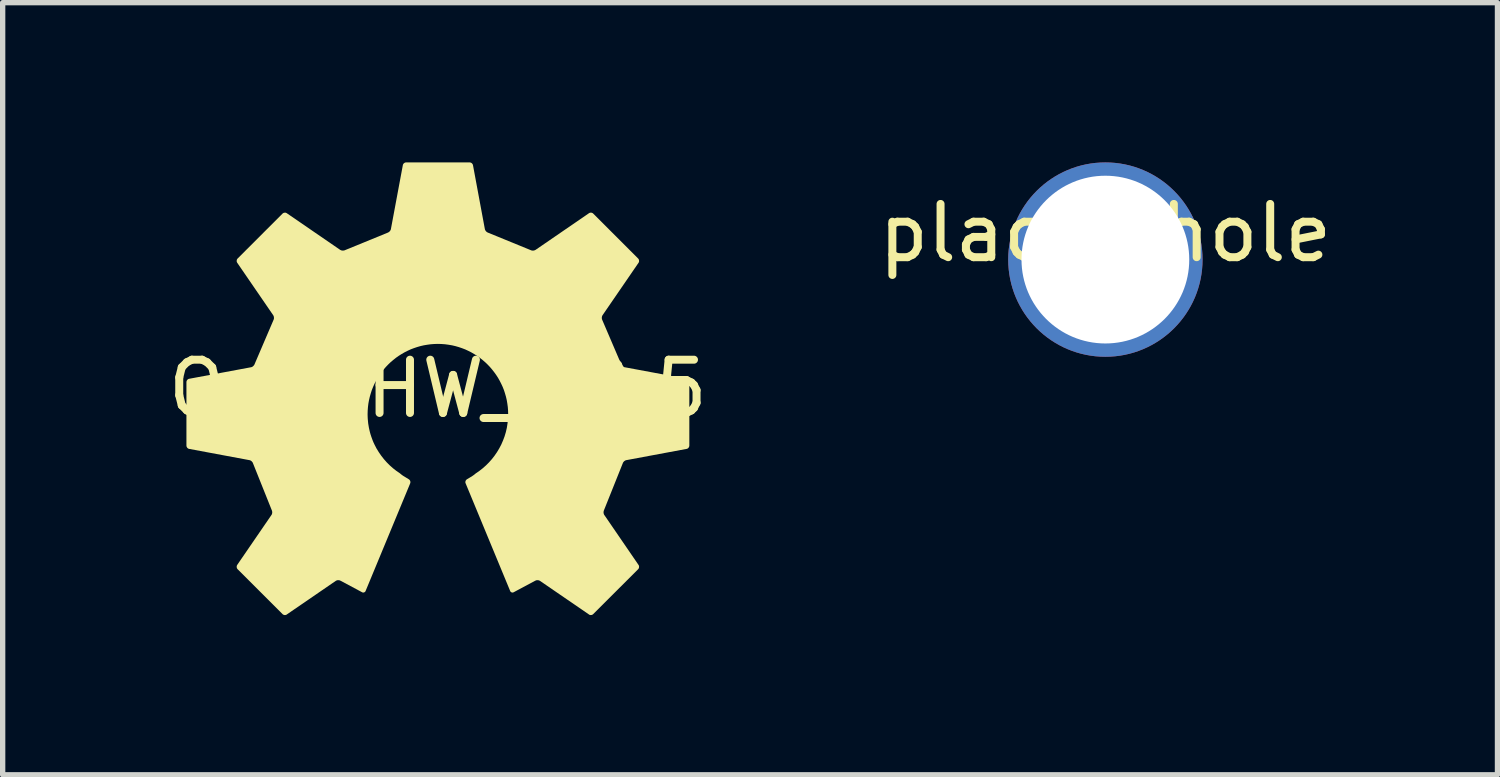
<source format=kicad_pcb>
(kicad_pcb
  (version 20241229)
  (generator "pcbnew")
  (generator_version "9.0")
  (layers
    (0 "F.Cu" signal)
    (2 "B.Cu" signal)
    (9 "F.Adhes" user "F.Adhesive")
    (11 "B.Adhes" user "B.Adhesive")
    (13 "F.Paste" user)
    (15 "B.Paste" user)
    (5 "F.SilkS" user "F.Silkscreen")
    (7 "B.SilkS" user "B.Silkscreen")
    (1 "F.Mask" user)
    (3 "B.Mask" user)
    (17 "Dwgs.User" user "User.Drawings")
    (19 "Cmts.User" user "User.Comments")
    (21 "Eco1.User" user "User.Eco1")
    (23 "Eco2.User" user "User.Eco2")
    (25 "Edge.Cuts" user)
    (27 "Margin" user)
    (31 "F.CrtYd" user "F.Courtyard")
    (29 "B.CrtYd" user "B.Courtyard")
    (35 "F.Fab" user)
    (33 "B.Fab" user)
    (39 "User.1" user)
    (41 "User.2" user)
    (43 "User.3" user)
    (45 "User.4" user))
  (footprint "place-hole"
    (layer "F.Cu")
    (at 17.708 1.825)
    (property "Reference" "place-hole" (at 0 -0.5 0) (unlocked yes) (layer "F.SilkS") (effects (font (size 1 1) (thickness 0.15))))
    (attr smd)
    (pad "" thru_hole circle (at 0 0) (size 3.65 3.65) (drill 3.15) (layers "*.Cu" "*.Mask")))
  (footprint "OpenHW_H8.5"
    (layer "F.Cu")
    (at 5.173 4.25)
    (property "Reference" "OpenHW_H8.5" (at 0 0 0) (unlocked yes) (layer "F.SilkS") (effects (font (size 1 1) (thickness 0.15))))
    (attr smd)
    (fp_poly (pts (xy 0.599 -4.25) (xy 0.602 -4.25) (xy 0.605 -4.249) (xy 0.607 -4.249) (xy 0.61 -4.248) (xy 0.613 -4.248) (xy 0.615 -4.247) (xy 0.618 -4.246) (xy 0.62 -4.245) (xy 0.623 -4.244) (xy 0.625 -4.243) (xy 0.628 -4.241) (xy 0.63 -4.24) (xy 0.632 -4.238) (xy 0.634 -4.237) (xy 0.636 -4.235) (xy 0.639 -4.233) (xy 0.641 -4.231) (xy 0.642 -4.229) (xy 0.644 -4.227) (xy 0.646 -4.225) (xy 0.648 -4.223) (xy 0.649 -4.221) (xy 0.651 -4.219) (xy 0.652 -4.216) (xy 0.653 -4.214) (xy 0.655 -4.211) (xy 0.656 -4.209) (xy 0.657 -4.206) (xy 0.657 -4.204) (xy 0.658 -4.201) (xy 0.659 -4.199) (xy 0.882 -2.999) (xy 0.882 -2.997) (xy 0.883 -2.994) (xy 0.885 -2.989) (xy 0.887 -2.983) (xy 0.889 -2.978) (xy 0.892 -2.973) (xy 0.896 -2.968) (xy 0.899 -2.963) (xy 0.903 -2.958) (xy 0.907 -2.954) (xy 0.912 -2.949) (xy 0.916 -2.945) (xy 0.921 -2.942) (xy 0.926 -2.939) (xy 0.931 -2.936) (xy 0.933 -2.935) (xy 0.936 -2.933) (xy 0.939 -2.932) (xy 0.941 -2.931) (xy 1.745 -2.602) (xy 1.75 -2.6) (xy 1.755 -2.598) (xy 1.761 -2.597) (xy 1.766 -2.595) (xy 1.772 -2.595) (xy 1.778 -2.594) (xy 1.785 -2.594) (xy 1.791 -2.594) (xy 1.797 -2.595) (xy 1.803 -2.596) (xy 1.809 -2.597) (xy 1.814 -2.599) (xy 1.82 -2.601) (xy 1.825 -2.603) (xy 1.83 -2.606) (xy 1.835 -2.608) (xy 2.837 -3.296) (xy 2.839 -3.297) (xy 2.841 -3.299) (xy 2.844 -3.3) (xy 2.846 -3.301) (xy 2.849 -3.302) (xy 2.851 -3.303) (xy 2.854 -3.304) (xy 2.856 -3.305) (xy 2.859 -3.305) (xy 2.862 -3.306) (xy 2.867 -3.306) (xy 2.873 -3.307) (xy 2.878 -3.306) (xy 2.883 -3.306) (xy 2.889 -3.305) (xy 2.894 -3.303) (xy 2.897 -3.302) (xy 2.899 -3.301) (xy 2.902 -3.3) (xy 2.904 -3.299) (xy 2.906 -3.297) (xy 2.909 -3.296) (xy 2.911 -3.294) (xy 2.913 -3.293) (xy 2.915 -3.291) (xy 2.917 -3.289) (xy 3.761 -2.445) (xy 3.763 -2.443) (xy 3.764 -2.441) (xy 3.766 -2.439) (xy 3.767 -2.437) (xy 3.769 -2.435) (xy 3.77 -2.432) (xy 3.773 -2.427) (xy 3.775 -2.422) (xy 3.776 -2.417) (xy 3.777 -2.412) (xy 3.778 -2.406) (xy 3.778 -2.401) (xy 3.778 -2.395) (xy 3.778 -2.39) (xy 3.777 -2.385) (xy 3.775 -2.38) (xy 3.774 -2.377) (xy 3.773 -2.374) (xy 3.772 -2.372) (xy 3.771 -2.37) (xy 3.77 -2.367) (xy 3.768 -2.365) (xy 3.092 -1.38) (xy 3.09 -1.376) (xy 3.087 -1.371) (xy 3.085 -1.365) (xy 3.083 -1.36) (xy 3.081 -1.354) (xy 3.08 -1.348) (xy 3.079 -1.342) (xy 3.079 -1.336) (xy 3.078 -1.33) (xy 3.079 -1.324) (xy 3.079 -1.318) (xy 3.08 -1.312) (xy 3.081 -1.306) (xy 3.083 -1.301) (xy 3.085 -1.296) (xy 3.087 -1.291) (xy 3.442 -0.462) (xy 3.444 -0.456) (xy 3.447 -0.451) (xy 3.45 -0.446) (xy 3.453 -0.442) (xy 3.457 -0.437) (xy 3.461 -0.432) (xy 3.465 -0.428) (xy 3.47 -0.424) (xy 3.474 -0.42) (xy 3.479 -0.416) (xy 3.484 -0.413) (xy 3.49 -0.41) (xy 3.495 -0.408) (xy 3.5 -0.405) (xy 3.506 -0.404) (xy 3.508 -0.403) (xy 3.511 -0.403) (xy 4.67 -0.187) (xy 4.67 -0.187) (xy 4.673 -0.186) (xy 4.676 -0.186) (xy 4.678 -0.185) (xy 4.681 -0.184) (xy 4.683 -0.183) (xy 4.686 -0.182) (xy 4.688 -0.18) (xy 4.69 -0.179) (xy 4.695 -0.176) (xy 4.699 -0.173) (xy 4.703 -0.169) (xy 4.707 -0.165) (xy 4.71 -0.16) (xy 4.713 -0.156) (xy 4.716 -0.151) (xy 4.717 -0.149) (xy 4.718 -0.146) (xy 4.719 -0.144) (xy 4.719 -0.141) (xy 4.72 -0.138) (xy 4.721 -0.136) (xy 4.721 -0.133) (xy 4.721 -0.13) (xy 4.722 -0.128) (xy 4.722 -0.125) (xy 4.722 1.068) (xy 4.722 1.071) (xy 4.721 1.074) (xy 4.721 1.076) (xy 4.721 1.079) (xy 4.72 1.082) (xy 4.719 1.084) (xy 4.718 1.087) (xy 4.718 1.089) (xy 4.716 1.092) (xy 4.715 1.094) (xy 4.714 1.097) (xy 4.713 1.099) (xy 4.711 1.102) (xy 4.71 1.104) (xy 4.708 1.106) (xy 4.706 1.108) (xy 4.705 1.11) (xy 4.703 1.112) (xy 4.701 1.114) (xy 4.699 1.116) (xy 4.697 1.118) (xy 4.695 1.119) (xy 4.692 1.121) (xy 4.69 1.123) (xy 4.688 1.124) (xy 4.685 1.125) (xy 4.683 1.126) (xy 4.68 1.127) (xy 4.678 1.128) (xy 4.675 1.129) (xy 4.673 1.13) (xy 4.67 1.13) (xy 3.539 1.341) (xy 3.537 1.341) (xy 3.534 1.342) (xy 3.531 1.343) (xy 3.529 1.344) (xy 3.523 1.346) (xy 3.518 1.348) (xy 3.513 1.351) (xy 3.508 1.355) (xy 3.503 1.358) (xy 3.498 1.362) (xy 3.494 1.366) (xy 3.49 1.371) (xy 3.486 1.375) (xy 3.482 1.38) (xy 3.479 1.385) (xy 3.476 1.39) (xy 3.474 1.395) (xy 3.473 1.398) (xy 3.472 1.4) (xy 3.119 2.282) (xy 3.117 2.287) (xy 3.115 2.293) (xy 3.114 2.298) (xy 3.112 2.304) (xy 3.112 2.31) (xy 3.111 2.316) (xy 3.111 2.322) (xy 3.111 2.328) (xy 3.112 2.334) (xy 3.113 2.34) (xy 3.114 2.346) (xy 3.116 2.352) (xy 3.118 2.357) (xy 3.12 2.363) (xy 3.123 2.368) (xy 3.126 2.372) (xy 3.768 3.309) (xy 3.77 3.311) (xy 3.771 3.313) (xy 3.772 3.315) (xy 3.773 3.318) (xy 3.774 3.32) (xy 3.775 3.323) (xy 3.776 3.326) (xy 3.777 3.328) (xy 3.777 3.331) (xy 3.778 3.334) (xy 3.778 3.339) (xy 3.778 3.344) (xy 3.778 3.35) (xy 3.777 3.355) (xy 3.776 3.361) (xy 3.775 3.366) (xy 3.774 3.368) (xy 3.773 3.371) (xy 3.772 3.373) (xy 3.77 3.376) (xy 3.769 3.378) (xy 3.768 3.38) (xy 3.766 3.383) (xy 3.764 3.385) (xy 3.763 3.387) (xy 3.761 3.389) (xy 2.917 4.232) (xy 2.915 4.234) (xy 2.913 4.236) (xy 2.911 4.238) (xy 2.908 4.239) (xy 2.904 4.242) (xy 2.899 4.244) (xy 2.894 4.246) (xy 2.889 4.248) (xy 2.883 4.249) (xy 2.878 4.249) (xy 2.873 4.25) (xy 2.867 4.25) (xy 2.862 4.249) (xy 2.856 4.248) (xy 2.851 4.247) (xy 2.849 4.246) (xy 2.846 4.245) (xy 2.844 4.244) (xy 2.841 4.242) (xy 2.839 4.241) (xy 2.837 4.239) (xy 1.917 3.608) (xy 1.912 3.605) (xy 1.907 3.603) (xy 1.902 3.601) (xy 1.897 3.599) (xy 1.891 3.598) (xy 1.885 3.596) (xy 1.879 3.596) (xy 1.873 3.595) (xy 1.867 3.595) (xy 1.861 3.596) (xy 1.856 3.596) (xy 1.85 3.597) (xy 1.844 3.599) (xy 1.839 3.601) (xy 1.834 3.603) (xy 1.829 3.605) (xy 1.423 3.822) (xy 1.421 3.823) (xy 1.418 3.824) (xy 1.416 3.825) (xy 1.414 3.826) (xy 1.411 3.826) (xy 1.409 3.827) (xy 1.406 3.827) (xy 1.404 3.827) (xy 1.401 3.827) (xy 1.399 3.827) (xy 1.396 3.827) (xy 1.394 3.827) (xy 1.391 3.826) (xy 1.389 3.826) (xy 1.387 3.825) (xy 1.384 3.824) (xy 1.382 3.823) (xy 1.38 3.822) (xy 1.378 3.821) (xy 1.376 3.82) (xy 1.374 3.819) (xy 1.372 3.817) (xy 1.37 3.816) (xy 1.368 3.814) (xy 1.366 3.812) (xy 1.365 3.81) (xy 1.363 3.809) (xy 1.362 3.806) (xy 1.36 3.804) (xy 1.359 3.802) (xy 1.358 3.8) (xy 1.357 3.797) (xy 0.521 1.777) (xy 0.52 1.774) (xy 0.519 1.772) (xy 0.518 1.769) (xy 0.517 1.766) (xy 0.517 1.764) (xy 0.517 1.761) (xy 0.516 1.758) (xy 0.516 1.756) (xy 0.516 1.753) (xy 0.516 1.75) (xy 0.517 1.748) (xy 0.517 1.745) (xy 0.517 1.742) (xy 0.518 1.74) (xy 0.519 1.737) (xy 0.52 1.735) (xy 0.52 1.732) (xy 0.521 1.729) (xy 0.522 1.727) (xy 0.524 1.725) (xy 0.525 1.722) (xy 0.526 1.72) (xy 0.528 1.718) (xy 0.529 1.716) (xy 0.531 1.713) (xy 0.533 1.711) (xy 0.535 1.709) (xy 0.537 1.708) (xy 0.539 1.706) (xy 0.541 1.704) (xy 0.543 1.703) (xy 0.545 1.701) (xy 0.647 1.639) (xy 0.654 1.634) (xy 0.662 1.629) (xy 0.67 1.623) (xy 0.678 1.617) (xy 0.687 1.61) (xy 0.695 1.604) (xy 0.703 1.597) (xy 0.711 1.59) (xy 0.778 1.544) (xy 0.842 1.494) (xy 0.903 1.44) (xy 0.96 1.383) (xy 1.014 1.322) (xy 1.064 1.258) (xy 1.11 1.191) (xy 1.152 1.121) (xy 1.19 1.049) (xy 1.223 0.973) (xy 1.252 0.896) (xy 1.276 0.816) (xy 1.295 0.734) (xy 1.308 0.65) (xy 1.317 0.565) (xy 1.32 0.478) (xy 1.318 0.41) (xy 1.313 0.343) (xy 1.304 0.277) (xy 1.293 0.212) (xy 1.278 0.148) (xy 1.26 0.086) (xy 1.24 0.024) (xy 1.216 -0.036) (xy 1.189 -0.094) (xy 1.16 -0.151) (xy 1.129 -0.206) (xy 1.094 -0.26) (xy 1.057 -0.311) (xy 1.018 -0.361) (xy 0.977 -0.409) (xy 0.933 -0.455) (xy 0.887 -0.499) (xy 0.839 -0.54) (xy 0.79 -0.579) (xy 0.738 -0.616) (xy 0.684 -0.65) (xy 0.629 -0.682) (xy 0.572 -0.711) (xy 0.514 -0.738) (xy 0.454 -0.761) (xy 0.392 -0.782) (xy 0.33 -0.8) (xy 0.266 -0.815) (xy 0.201 -0.826) (xy 0.135 -0.835) (xy 0.068 -0.84) (xy -0.000023 -0.842) (xy -0.068 -0.84) (xy -0.135 -0.835) (xy -0.201 -0.826) (xy -0.266 -0.815) (xy -0.33 -0.8) (xy -0.392 -0.782) (xy -0.454 -0.761) (xy -0.514 -0.738) (xy -0.572 -0.711) (xy -0.629 -0.682) (xy -0.684 -0.65) (xy -0.738 -0.616) (xy -0.79 -0.579) (xy -0.839 -0.54) (xy -0.887 -0.499) (xy -0.933 -0.455) (xy -0.977 -0.409) (xy -1.018 -0.361) (xy -1.058 -0.311) (xy -1.094 -0.26) (xy -1.129 -0.206) (xy -1.16 -0.151) (xy -1.19 -0.094) (xy -1.216 -0.036) (xy -1.24 0.024) (xy -1.26 0.086) (xy -1.278 0.148) (xy -1.293 0.212) (xy -1.305 0.277) (xy -1.313 0.343) (xy -1.318 0.41) (xy -1.32 0.478) (xy -1.319 0.522) (xy -1.317 0.565) (xy -1.313 0.608) (xy -1.309 0.65) (xy -1.302 0.692) (xy -1.295 0.734) (xy -1.286 0.775) (xy -1.276 0.816) (xy -1.265 0.856) (xy -1.252 0.896) (xy -1.238 0.935) (xy -1.224 0.973) (xy -1.208 1.011) (xy -1.19 1.049) (xy -1.153 1.121) (xy -1.11 1.191) (xy -1.064 1.258) (xy -1.014 1.322) (xy -0.96 1.383) (xy -0.903 1.44) (xy -0.842 1.494) (xy -0.778 1.544) (xy -0.711 1.59) (xy -0.703 1.597) (xy -0.695 1.604) (xy -0.687 1.61) (xy -0.678 1.617) (xy -0.67 1.623) (xy -0.662 1.629) (xy -0.654 1.634) (xy -0.647 1.639) (xy -0.545 1.701) (xy -0.543 1.703) (xy -0.541 1.704) (xy -0.538 1.706) (xy -0.536 1.708) (xy -0.535 1.709) (xy -0.533 1.711) (xy -0.529 1.716) (xy -0.526 1.72) (xy -0.524 1.725) (xy -0.521 1.729) (xy -0.519 1.735) (xy -0.518 1.74) (xy -0.517 1.745) (xy -0.516 1.75) (xy -0.516 1.756) (xy -0.517 1.761) (xy -0.517 1.764) (xy -0.517 1.766) (xy -0.518 1.769) (xy -0.519 1.772) (xy -0.52 1.774) (xy -0.52 1.777) (xy -1.357 3.797) (xy -1.358 3.8) (xy -1.359 3.802) (xy -1.36 3.804) (xy -1.362 3.806) (xy -1.363 3.808) (xy -1.365 3.81) (xy -1.366 3.812) (xy -1.368 3.814) (xy -1.37 3.816) (xy -1.372 3.817) (xy -1.374 3.819) (xy -1.376 3.82) (xy -1.378 3.821) (xy -1.38 3.822) (xy -1.382 3.823) (xy -1.385 3.824) (xy -1.387 3.825) (xy -1.389 3.826) (xy -1.391 3.826) (xy -1.394 3.827) (xy -1.396 3.827) (xy -1.399 3.827) (xy -1.401 3.827) (xy -1.404 3.827) (xy -1.406 3.827) (xy -1.409 3.827) (xy -1.411 3.826) (xy -1.414 3.826) (xy -1.416 3.825) (xy -1.418 3.824) (xy -1.421 3.823) (xy -1.423 3.822) (xy -1.829 3.605) (xy -1.834 3.603) (xy -1.839 3.601) (xy -1.844 3.599) (xy -1.85 3.597) (xy -1.856 3.596) (xy -1.861 3.596) (xy -1.867 3.595) (xy -1.873 3.595) (xy -1.879 3.596) (xy -1.885 3.596) (xy -1.891 3.597) (xy -1.897 3.599) (xy -1.902 3.601) (xy -1.908 3.603) (xy -1.912 3.605) (xy -1.917 3.608) (xy -2.837 4.239) (xy -2.839 4.241) (xy -2.841 4.242) (xy -2.844 4.244) (xy -2.846 4.245) (xy -2.849 4.246) (xy -2.851 4.247) (xy -2.854 4.247) (xy -2.856 4.248) (xy -2.859 4.249) (xy -2.862 4.249) (xy -2.867 4.25) (xy -2.873 4.25) (xy -2.878 4.25) (xy -2.883 4.249) (xy -2.889 4.248) (xy -2.894 4.246) (xy -2.897 4.245) (xy -2.899 4.244) (xy -2.902 4.243) (xy -2.904 4.242) (xy -2.906 4.241) (xy -2.909 4.239) (xy -2.911 4.238) (xy -2.913 4.236) (xy -2.915 4.234) (xy -2.917 4.232) (xy -3.761 3.389) (xy -3.763 3.387) (xy -3.764 3.385) (xy -3.766 3.383) (xy -3.768 3.38) (xy -3.769 3.378) (xy -3.77 3.376) (xy -3.773 3.371) (xy -3.775 3.366) (xy -3.776 3.361) (xy -3.777 3.355) (xy -3.778 3.35) (xy -3.778 3.344) (xy -3.778 3.339) (xy -3.778 3.333) (xy -3.777 3.328) (xy -3.775 3.323) (xy -3.774 3.32) (xy -3.773 3.318) (xy -3.772 3.315) (xy -3.771 3.313) (xy -3.77 3.311) (xy -3.768 3.308) (xy -3.126 2.372) (xy -3.123 2.368) (xy -3.12 2.363) (xy -3.118 2.357) (xy -3.116 2.352) (xy -3.114 2.346) (xy -3.113 2.34) (xy -3.112 2.334) (xy -3.111 2.328) (xy -3.111 2.322) (xy -3.111 2.316) (xy -3.112 2.31) (xy -3.112 2.304) (xy -3.114 2.298) (xy -3.115 2.292) (xy -3.117 2.287) (xy -3.119 2.282) (xy -3.472 1.4) (xy -3.473 1.398) (xy -3.474 1.395) (xy -3.476 1.39) (xy -3.479 1.385) (xy -3.482 1.38) (xy -3.486 1.375) (xy -3.49 1.371) (xy -3.494 1.366) (xy -3.498 1.362) (xy -3.503 1.358) (xy -3.508 1.354) (xy -3.513 1.351) (xy -3.518 1.348) (xy -3.523 1.346) (xy -3.529 1.344) (xy -3.534 1.342) (xy -3.537 1.341) (xy -3.539 1.341) (xy -4.67 1.13) (xy -4.673 1.13) (xy -4.675 1.129) (xy -4.678 1.128) (xy -4.681 1.127) (xy -4.683 1.126) (xy -4.685 1.125) (xy -4.688 1.124) (xy -4.69 1.122) (xy -4.692 1.121) (xy -4.695 1.119) (xy -4.699 1.116) (xy -4.703 1.112) (xy -4.707 1.108) (xy -4.71 1.104) (xy -4.713 1.099) (xy -4.715 1.094) (xy -4.718 1.089) (xy -4.719 1.087) (xy -4.719 1.084) (xy -4.72 1.082) (xy -4.721 1.079) (xy -4.721 1.076) (xy -4.721 1.074) (xy -4.722 1.071) (xy -4.722 1.068) (xy -4.722 -0.125) (xy -4.722 -0.128) (xy -4.721 -0.13) (xy -4.721 -0.133) (xy -4.721 -0.136) (xy -4.72 -0.138) (xy -4.719 -0.141) (xy -4.719 -0.144) (xy -4.718 -0.146) (xy -4.717 -0.149) (xy -4.716 -0.151) (xy -4.714 -0.154) (xy -4.713 -0.156) (xy -4.711 -0.158) (xy -4.71 -0.161) (xy -4.708 -0.163) (xy -4.707 -0.165) (xy -4.705 -0.167) (xy -4.703 -0.169) (xy -4.701 -0.171) (xy -4.699 -0.173) (xy -4.697 -0.174) (xy -4.695 -0.176) (xy -4.693 -0.178) (xy -4.69 -0.179) (xy -4.688 -0.181) (xy -4.686 -0.182) (xy -4.683 -0.183) (xy -4.681 -0.184) (xy -4.678 -0.185) (xy -4.676 -0.186) (xy -4.673 -0.186) (xy -4.67 -0.187) (xy -3.511 -0.403) (xy -3.508 -0.403) (xy -3.506 -0.404) (xy -3.503 -0.405) (xy -3.5 -0.405) (xy -3.495 -0.408) (xy -3.49 -0.41) (xy -3.484 -0.413) (xy -3.479 -0.416) (xy -3.474 -0.42) (xy -3.47 -0.424) (xy -3.465 -0.428) (xy -3.461 -0.432) (xy -3.457 -0.437) (xy -3.453 -0.442) (xy -3.45 -0.446) (xy -3.447 -0.451) (xy -3.444 -0.456) (xy -3.443 -0.459) (xy -3.442 -0.462) (xy -3.087 -1.291) (xy -3.085 -1.296) (xy -3.083 -1.301) (xy -3.081 -1.307) (xy -3.08 -1.312) (xy -3.079 -1.318) (xy -3.078 -1.324) (xy -3.078 -1.33) (xy -3.079 -1.336) (xy -3.079 -1.342) (xy -3.08 -1.348) (xy -3.081 -1.354) (xy -3.083 -1.36) (xy -3.085 -1.366) (xy -3.087 -1.371) (xy -3.09 -1.376) (xy -3.092 -1.38) (xy -3.768 -2.365) (xy -3.769 -2.367) (xy -3.771 -2.37) (xy -3.772 -2.372) (xy -3.773 -2.374) (xy -3.774 -2.377) (xy -3.775 -2.38) (xy -3.776 -2.382) (xy -3.777 -2.385) (xy -3.777 -2.387) (xy -3.778 -2.39) (xy -3.778 -2.395) (xy -3.778 -2.401) (xy -3.778 -2.406) (xy -3.777 -2.412) (xy -3.776 -2.417) (xy -3.775 -2.422) (xy -3.774 -2.425) (xy -3.773 -2.427) (xy -3.771 -2.43) (xy -3.77 -2.432) (xy -3.769 -2.435) (xy -3.767 -2.437) (xy -3.766 -2.439) (xy -3.764 -2.441) (xy -3.762 -2.443) (xy -3.761 -2.445) (xy -2.917 -3.289) (xy -2.915 -3.291) (xy -2.913 -3.292) (xy -2.911 -3.294) (xy -2.908 -3.296) (xy -2.906 -3.297) (xy -2.904 -3.298) (xy -2.899 -3.301) (xy -2.894 -3.303) (xy -2.889 -3.304) (xy -2.883 -3.305) (xy -2.878 -3.306) (xy -2.873 -3.306) (xy -2.867 -3.306) (xy -2.862 -3.306) (xy -2.856 -3.305) (xy -2.851 -3.303) (xy -2.849 -3.302) (xy -2.846 -3.301) (xy -2.844 -3.3) (xy -2.841 -3.299) (xy -2.839 -3.297) (xy -2.837 -3.296) (xy -1.835 -2.608) (xy -1.83 -2.606) (xy -1.825 -2.603) (xy -1.82 -2.601) (xy -1.814 -2.599) (xy -1.809 -2.597) (xy -1.803 -2.596) (xy -1.797 -2.595) (xy -1.791 -2.595) (xy -1.784 -2.594) (xy -1.778 -2.595) (xy -1.772 -2.595) (xy -1.766 -2.596) (xy -1.761 -2.597) (xy -1.755 -2.598) (xy -1.75 -2.6) (xy -1.745 -2.602) (xy -0.941 -2.931) (xy -0.936 -2.933) (xy -0.931 -2.936) (xy -0.926 -2.939) (xy -0.921 -2.942) (xy -0.916 -2.946) (xy -0.912 -2.949) (xy -0.907 -2.954) (xy -0.903 -2.958) (xy -0.899 -2.963) (xy -0.896 -2.968) (xy -0.892 -2.973) (xy -0.889 -2.978) (xy -0.887 -2.983) (xy -0.885 -2.989) (xy -0.883 -2.994) (xy -0.882 -2.999) (xy -0.658 -4.199) (xy -0.658 -4.201) (xy -0.657 -4.204) (xy -0.656 -4.206) (xy -0.655 -4.209) (xy -0.654 -4.211) (xy -0.653 -4.214) (xy -0.652 -4.216) (xy -0.651 -4.219) (xy -0.649 -4.221) (xy -0.648 -4.223) (xy -0.644 -4.227) (xy -0.64 -4.231) (xy -0.636 -4.235) (xy -0.632 -4.238) (xy -0.627 -4.241) (xy -0.623 -4.244) (xy -0.62 -4.245) (xy -0.618 -4.246) (xy -0.615 -4.247) (xy -0.613 -4.248) (xy -0.61 -4.248) (xy -0.607 -4.249) (xy -0.605 -4.249) (xy -0.602 -4.25) (xy -0.599 -4.25) (xy -0.597 -4.25) (xy 0.597 -4.25)) (stroke (width -0.000001) (type solid)) (fill yes) (layer "F.SilkS")))
  (gr_rect
    (start -3 -3)
    (end 25.071 11.5)
    (stroke (width 0.1) (type default))
    (fill no)
    (layer "Edge.Cuts")))
</source>
